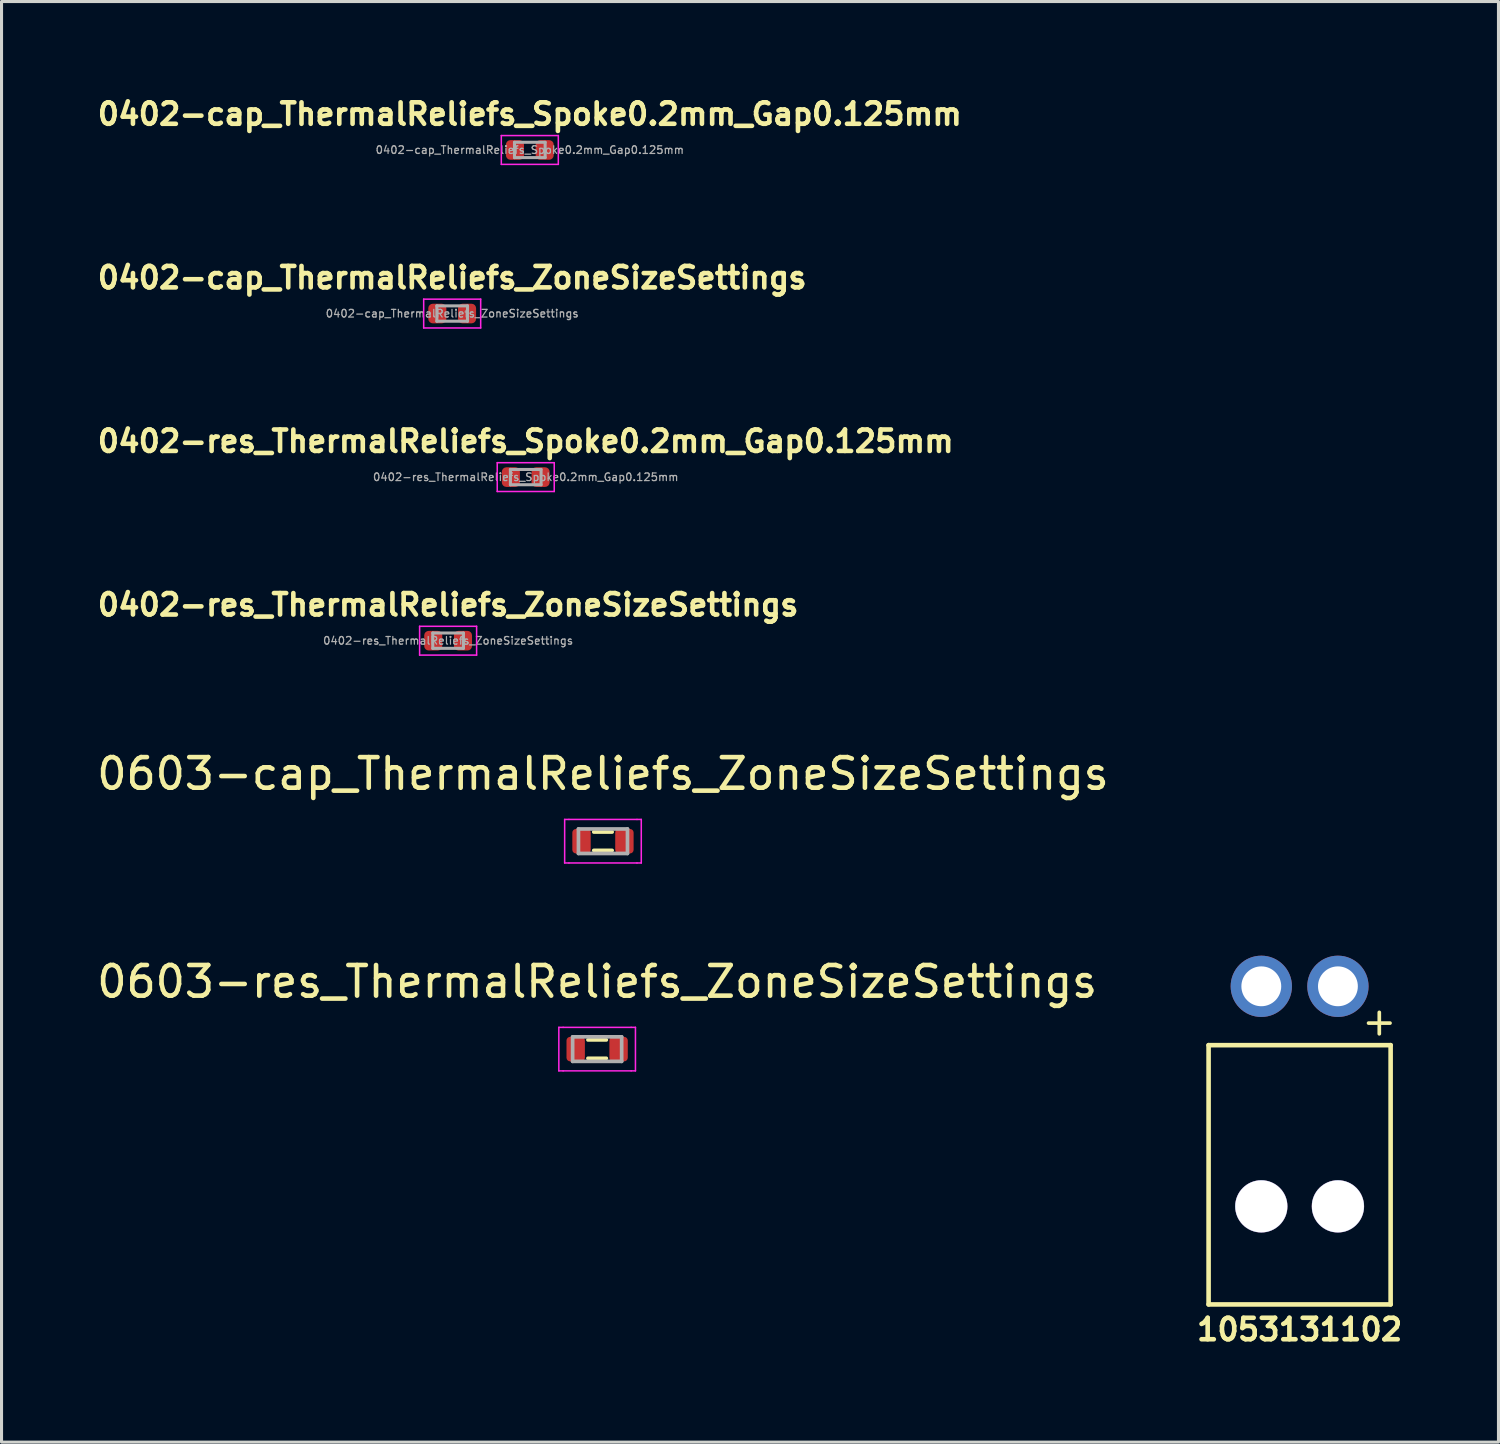
<source format=kicad_pcb>
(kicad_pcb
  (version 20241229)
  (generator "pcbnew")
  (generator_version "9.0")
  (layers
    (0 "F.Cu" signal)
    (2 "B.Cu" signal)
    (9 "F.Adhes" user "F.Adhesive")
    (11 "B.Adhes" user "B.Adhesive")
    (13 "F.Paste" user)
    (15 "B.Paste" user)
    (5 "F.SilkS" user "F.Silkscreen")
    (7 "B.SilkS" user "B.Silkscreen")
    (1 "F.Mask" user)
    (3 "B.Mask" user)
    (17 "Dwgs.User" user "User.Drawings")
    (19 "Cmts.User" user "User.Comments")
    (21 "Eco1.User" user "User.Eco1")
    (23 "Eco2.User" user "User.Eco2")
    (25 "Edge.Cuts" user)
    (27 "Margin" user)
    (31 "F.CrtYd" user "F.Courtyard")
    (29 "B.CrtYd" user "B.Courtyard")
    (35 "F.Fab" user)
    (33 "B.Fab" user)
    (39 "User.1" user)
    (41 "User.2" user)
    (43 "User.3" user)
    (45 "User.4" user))
  (footprint "0402-cap_ThermalReliefs_ZoneSizeSettings"
    (layer "F.Cu")
    (at 11.705 7.181)
    (property "Reference" "0402-cap_ThermalReliefs_ZoneSizeSettings" (at 0 -1.17 0) (layer "F.SilkS") (effects (font (size 0.7 0.7) (thickness 0.15))))
    (attr smd)
    (fp_line (start -0.93 -0.47) (end 0.93 -0.47) (stroke (width 0.05) (type solid)) (layer "F.CrtYd"))
    (fp_line (start -0.93 0.47) (end -0.93 -0.47) (stroke (width 0.05) (type solid)) (layer "F.CrtYd"))
    (fp_line (start 0.93 -0.47) (end 0.93 0.47) (stroke (width 0.05) (type solid)) (layer "F.CrtYd"))
    (fp_line (start 0.93 0.47) (end -0.93 0.47) (stroke (width 0.05) (type solid)) (layer "F.CrtYd"))
    (fp_line (start -0.5 -0.25) (end 0.5 -0.25) (stroke (width 0.1) (type solid)) (layer "F.Fab"))
    (fp_line (start -0.5 0.25) (end -0.5 -0.25) (stroke (width 0.1) (type solid)) (layer "F.Fab"))
    (fp_line (start 0.5 -0.25) (end 0.5 0.25) (stroke (width 0.1) (type solid)) (layer "F.Fab"))
    (fp_line (start 0.5 0.25) (end -0.5 0.25) (stroke (width 0.1) (type solid)) (layer "F.Fab"))
    (fp_text user "${REFERENCE}" (at 0 0 0) (layer "F.Fab") (effects (font (size 0.25 0.25) (thickness 0.04))))
    (pad "1" smd roundrect (at -0.485 0) (size 0.59 0.64) (layers "F.Cu" "F.Mask" "F.Paste") (roundrect_rratio 0.25))
    (pad "2" smd roundrect (at 0.485 0) (size 0.59 0.64) (layers "F.Cu" "F.Mask" "F.Paste") (roundrect_rratio 0.25)))
  (footprint "0603-res_ThermalReliefs_ZoneSizeSettings"
    (layer "F.Cu")
    (at 16.435 31.183)
    (property "Reference" "0603-res_ThermalReliefs_ZoneSizeSettings" (at 0 -2.2 0) (layer "F.SilkS") (effects (font (size 1 1) (thickness 0.15))))
    (attr smd)
    (fp_line (start -0.3 -0.3) (end 0.3 -0.3) (stroke (width 0.12) (type solid)) (layer "F.SilkS"))
    (fp_line (start -0.3 0.3) (end 0.3 0.3) (stroke (width 0.12) (type solid)) (layer "F.SilkS"))
    (fp_line (start -1.25 0.71) (end -1.25 -0.71) (stroke (width 0.05) (type solid)) (layer "F.CrtYd"))
    (fp_line (start -1.11 -0.71) (end -1.25 -0.71) (stroke (width 0.05) (type solid)) (layer "F.CrtYd"))
    (fp_line (start -1.11 -0.71) (end 1.11 -0.71) (stroke (width 0.05) (type solid)) (layer "F.CrtYd"))
    (fp_line (start -1.11 0.71) (end -1.25 0.71) (stroke (width 0.05) (type solid)) (layer "F.CrtYd"))
    (fp_line (start 1.11 -0.71) (end 1.25 -0.71) (stroke (width 0.05) (type solid)) (layer "F.CrtYd"))
    (fp_line (start 1.11 0.71) (end -1.11 0.71) (stroke (width 0.05) (type solid)) (layer "F.CrtYd"))
    (fp_line (start 1.11 0.71) (end 1.25 0.71) (stroke (width 0.05) (type solid)) (layer "F.CrtYd"))
    (fp_line (start 1.25 -0.71) (end 1.25 0.71) (stroke (width 0.05) (type solid)) (layer "F.CrtYd"))
    (fp_line (start -0.8 -0.4) (end -0.8 0.4) (stroke (width 0.12) (type solid)) (layer "F.Fab"))
    (fp_line (start -0.8 0.4) (end 0.8 0.4) (stroke (width 0.12) (type solid)) (layer "F.Fab"))
    (fp_line (start 0.8 -0.4) (end -0.8 -0.4) (stroke (width 0.12) (type solid)) (layer "F.Fab"))
    (fp_line (start 0.8 0.4) (end 0.8 -0.4) (stroke (width 0.12) (type solid)) (layer "F.Fab"))
    (pad "1" smd roundrect (at -0.7 0) (size 0.6 0.8) (layers "F.Cu" "F.Mask" "F.Paste") (roundrect_rratio 0.2))
    (pad "2" smd roundrect (at 0.7 0) (size 0.6 0.8) (layers "F.Cu" "F.Mask" "F.Paste") (roundrect_rratio 0.2)))
  (footprint "0402-res_ThermalReliefs_ZoneSizeSettings"
    (layer "F.Cu")
    (at 11.572 17.856)
    (property "Reference" "0402-res_ThermalReliefs_ZoneSizeSettings" (at 0 -1.17 0) (layer "F.SilkS") (effects (font (size 0.7 0.7) (thickness 0.15))))
    (attr smd)
    (fp_line (start -0.93 -0.47) (end 0.93 -0.47) (stroke (width 0.05) (type solid)) (layer "F.CrtYd"))
    (fp_line (start -0.93 0.47) (end -0.93 -0.47) (stroke (width 0.05) (type solid)) (layer "F.CrtYd"))
    (fp_line (start 0.93 -0.47) (end 0.93 0.47) (stroke (width 0.05) (type solid)) (layer "F.CrtYd"))
    (fp_line (start 0.93 0.47) (end -0.93 0.47) (stroke (width 0.05) (type solid)) (layer "F.CrtYd"))
    (fp_line (start -0.5 -0.25) (end 0.5 -0.25) (stroke (width 0.1) (type solid)) (layer "F.Fab"))
    (fp_line (start -0.5 0.25) (end -0.5 -0.25) (stroke (width 0.1) (type solid)) (layer "F.Fab"))
    (fp_line (start 0.5 -0.25) (end 0.5 0.25) (stroke (width 0.1) (type solid)) (layer "F.Fab"))
    (fp_line (start 0.5 0.25) (end -0.5 0.25) (stroke (width 0.1) (type solid)) (layer "F.Fab"))
    (fp_text user "${REFERENCE}" (at 0 0 0) (layer "F.Fab") (effects (font (size 0.25 0.25) (thickness 0.04))))
    (pad "1" smd roundrect (at -0.485 0) (size 0.59 0.64) (layers "F.Cu" "F.Mask" "F.Paste") (roundrect_rratio 0.25))
    (pad "2" smd roundrect (at 0.485 0) (size 0.59 0.64) (layers "F.Cu" "F.Mask" "F.Paste") (roundrect_rratio 0.25)))
  (footprint "1053131102"
    (layer "F.Cu")
    (at 39.357 29.134)
    (property "Reference" "1053131102" (at 0 11.2 0) (layer "F.SilkS") (effects (font (size 0.7 0.7) (thickness 0.15))))
    (attr through_hole)
    (fp_line (start -2.97 1.92) (end -2.97 10.38) (stroke (width 0.15) (type solid)) (layer "F.SilkS"))
    (fp_line (start -2.97 1.92) (end 2.97 1.92) (stroke (width 0.15) (type solid)) (layer "F.SilkS"))
    (fp_line (start -2.97 10.38) (end 2.97 10.38) (stroke (width 0.15) (type solid)) (layer "F.SilkS"))
    (fp_line (start 2.25 1.2) (end 2.95 1.2) (stroke (width 0.12) (type solid)) (layer "F.SilkS"))
    (fp_line (start 2.6 1.55) (end 2.6 0.85) (stroke (width 0.12) (type solid)) (layer "F.SilkS"))
    (fp_line (start 2.97 1.92) (end 2.97 10.38) (stroke (width 0.15) (type solid)) (layer "F.SilkS"))
    (pad "" np_thru_hole circle (at -1.25 7.18) (size 1.71 1.71) (drill 1.7) (layers "*.Cu" "*.Mask"))
    (pad "" np_thru_hole circle (at 1.25 7.18) (size 1.71 1.71) (drill 1.7) (layers "*.Cu" "*.Mask"))
    (pad "1" thru_hole circle (at 1.25 0) (size 2 2) (drill 1.3) (layers "*.Cu" "*.Mask"))
    (pad "2" thru_hole circle (at -1.25 0) (size 2 2) (drill 1.3) (layers "*.Cu" "*.Mask")))
  (footprint "0603-cap_ThermalReliefs_ZoneSizeSettings"
    (layer "F.Cu")
    (at 16.625 24.399)
    (property "Reference" "0603-cap_ThermalReliefs_ZoneSizeSettings" (at 0 -2.2 0) (layer "F.SilkS") (effects (font (size 1 1) (thickness 0.15))))
    (attr smd)
    (fp_line (start -0.3 -0.3) (end 0.3 -0.3) (stroke (width 0.12) (type solid)) (layer "F.SilkS"))
    (fp_line (start -0.3 0.3) (end 0.3 0.3) (stroke (width 0.12) (type solid)) (layer "F.SilkS"))
    (fp_line (start -1.25 0.71) (end -1.25 -0.71) (stroke (width 0.05) (type solid)) (layer "F.CrtYd"))
    (fp_line (start -1.11 -0.71) (end -1.25 -0.71) (stroke (width 0.05) (type solid)) (layer "F.CrtYd"))
    (fp_line (start -1.11 -0.71) (end 1.11 -0.71) (stroke (width 0.05) (type solid)) (layer "F.CrtYd"))
    (fp_line (start -1.11 0.71) (end -1.25 0.71) (stroke (width 0.05) (type solid)) (layer "F.CrtYd"))
    (fp_line (start 1.11 -0.71) (end 1.25 -0.71) (stroke (width 0.05) (type solid)) (layer "F.CrtYd"))
    (fp_line (start 1.11 0.71) (end -1.11 0.71) (stroke (width 0.05) (type solid)) (layer "F.CrtYd"))
    (fp_line (start 1.11 0.71) (end 1.25 0.71) (stroke (width 0.05) (type solid)) (layer "F.CrtYd"))
    (fp_line (start 1.25 -0.71) (end 1.25 0.71) (stroke (width 0.05) (type solid)) (layer "F.CrtYd"))
    (fp_line (start -0.8 -0.4) (end -0.8 0.4) (stroke (width 0.12) (type solid)) (layer "F.Fab"))
    (fp_line (start -0.8 0.4) (end 0.8 0.4) (stroke (width 0.12) (type solid)) (layer "F.Fab"))
    (fp_line (start 0.8 -0.4) (end -0.8 -0.4) (stroke (width 0.12) (type solid)) (layer "F.Fab"))
    (fp_line (start 0.8 0.4) (end 0.8 -0.4) (stroke (width 0.12) (type solid)) (layer "F.Fab"))
    (pad "1" smd roundrect (at -0.7 0) (size 0.6 0.8) (layers "F.Cu" "F.Mask" "F.Paste") (roundrect_rratio 0.2))
    (pad "2" smd roundrect (at 0.7 0) (size 0.6 0.8) (layers "F.Cu" "F.Mask" "F.Paste") (roundrect_rratio 0.2)))
  (footprint "0402-res_ThermalReliefs_Spoke0.2mm_Gap0.125mm"
    (layer "F.Cu")
    (at 14.105 12.518)
    (property "Reference" "0402-res_ThermalReliefs_Spoke0.2mm_Gap0.125mm" (at 0 -1.17 0) (layer "F.SilkS") (effects (font (size 0.7 0.7) (thickness 0.15))))
    (attr smd)
    (fp_line (start -0.93 -0.47) (end 0.93 -0.47) (stroke (width 0.05) (type solid)) (layer "F.CrtYd"))
    (fp_line (start -0.93 0.47) (end -0.93 -0.47) (stroke (width 0.05) (type solid)) (layer "F.CrtYd"))
    (fp_line (start 0.93 -0.47) (end 0.93 0.47) (stroke (width 0.05) (type solid)) (layer "F.CrtYd"))
    (fp_line (start 0.93 0.47) (end -0.93 0.47) (stroke (width 0.05) (type solid)) (layer "F.CrtYd"))
    (fp_line (start -0.5 -0.25) (end 0.5 -0.25) (stroke (width 0.1) (type solid)) (layer "F.Fab"))
    (fp_line (start -0.5 0.25) (end -0.5 -0.25) (stroke (width 0.1) (type solid)) (layer "F.Fab"))
    (fp_line (start 0.5 -0.25) (end 0.5 0.25) (stroke (width 0.1) (type solid)) (layer "F.Fab"))
    (fp_line (start 0.5 0.25) (end -0.5 0.25) (stroke (width 0.1) (type solid)) (layer "F.Fab"))
    (fp_text user "${REFERENCE}" (at 0 0 0) (layer "F.Fab") (effects (font (size 0.25 0.25) (thickness 0.04))))
    (pad "1" smd roundrect (at -0.485 0) (size 0.59 0.64) (layers "F.Cu" "F.Mask" "F.Paste") (roundrect_rratio 0.25))
    (pad "2" smd roundrect (at 0.485 0) (size 0.59 0.64) (layers "F.Cu" "F.Mask" "F.Paste") (roundrect_rratio 0.25)))
  (footprint "0402-cap_ThermalReliefs_Spoke0.2mm_Gap0.125mm"
    (layer "F.Cu")
    (at 14.238 1.843)
    (property "Reference" "0402-cap_ThermalReliefs_Spoke0.2mm_Gap0.125mm" (at 0 -1.17 0) (layer "F.SilkS") (effects (font (size 0.7 0.7) (thickness 0.15))))
    (attr smd)
    (fp_line (start -0.93 -0.47) (end 0.93 -0.47) (stroke (width 0.05) (type solid)) (layer "F.CrtYd"))
    (fp_line (start -0.93 0.47) (end -0.93 -0.47) (stroke (width 0.05) (type solid)) (layer "F.CrtYd"))
    (fp_line (start 0.93 -0.47) (end 0.93 0.47) (stroke (width 0.05) (type solid)) (layer "F.CrtYd"))
    (fp_line (start 0.93 0.47) (end -0.93 0.47) (stroke (width 0.05) (type solid)) (layer "F.CrtYd"))
    (fp_line (start -0.5 -0.25) (end 0.5 -0.25) (stroke (width 0.1) (type solid)) (layer "F.Fab"))
    (fp_line (start -0.5 0.25) (end -0.5 -0.25) (stroke (width 0.1) (type solid)) (layer "F.Fab"))
    (fp_line (start 0.5 -0.25) (end 0.5 0.25) (stroke (width 0.1) (type solid)) (layer "F.Fab"))
    (fp_line (start 0.5 0.25) (end -0.5 0.25) (stroke (width 0.1) (type solid)) (layer "F.Fab"))
    (fp_text user "${REFERENCE}" (at 0 0 0) (layer "F.Fab") (effects (font (size 0.25 0.25) (thickness 0.04))))
    (pad "1" smd roundrect (at -0.485 0) (size 0.59 0.64) (layers "F.Cu" "F.Mask" "F.Paste") (roundrect_rratio 0.25))
    (pad "2" smd roundrect (at 0.485 0) (size 0.59 0.64) (layers "F.Cu" "F.Mask" "F.Paste") (roundrect_rratio 0.25)))
  (gr_rect
    (start -3 -3)
    (end 45.846 44.007)
    (stroke (width 0.1) (type default))
    (fill no)
    (layer "Edge.Cuts")))
</source>
